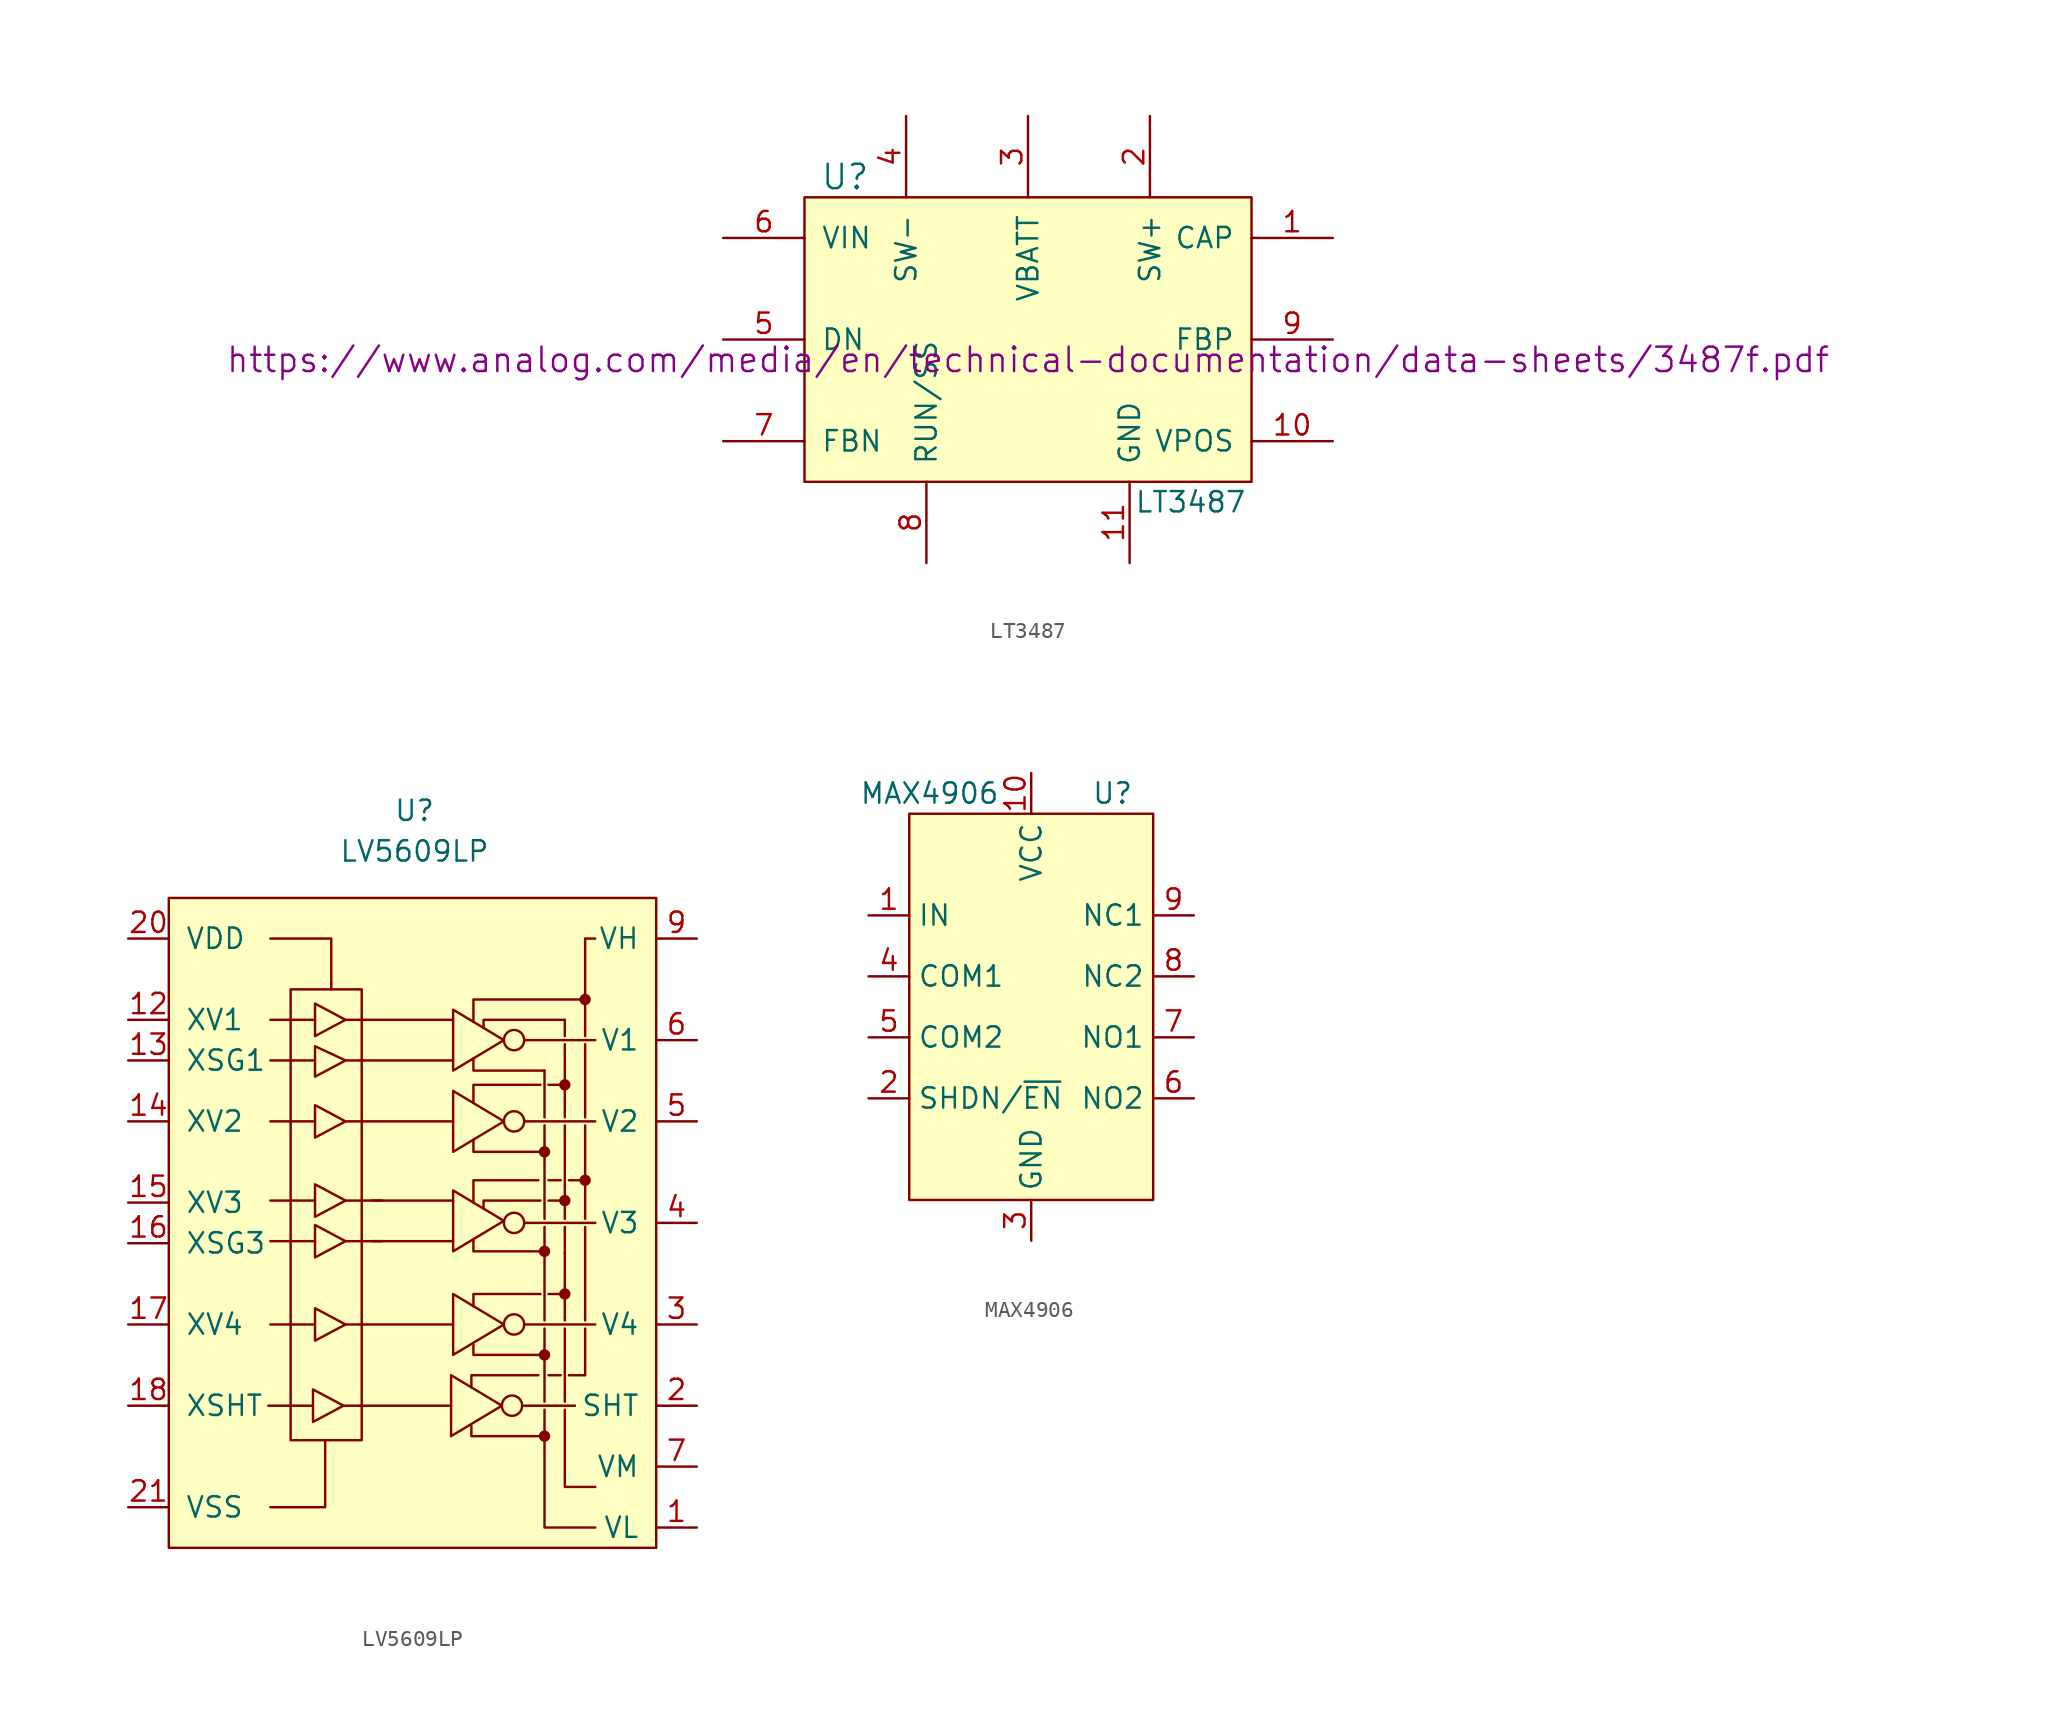
<source format=kicad_sym>
(kicad_symbol_lib
  (version 20231120)
  (generator "kicad_symbol_editor")
  (generator_version "8.0")
  (symbol "LT3487"
    (pin_names
      (offset 1.016))
    (property "Reference" "U"
      (at -11.43 10.16 0)
      (effects (font (size 1.524 1.524))))
    (property "Value" "LT3487"
      (at 10.16 -10.16 0)
      (effects (font (size 1.27 1.27))))
    (property "Footprint" ""
      (at 0 -1.27 0)
      (effects (font (size 1.524 1.524))))
    (property "Datasheet" "https://www.analog.com/media/en/technical-documentation/data-sheets/3487f.pdf"
      (at 0 -1.27 0)
      (effects (font (size 1.524 1.524))))
    (symbol "LT3487_0_1"
      (rectangle (start -13.97 8.89) (end 13.97 -8.89) (stroke (width 0) (type default)) (fill (type background))))
    (symbol "LT3487_1_1"
      (pin output line (at 19.05 6.35 180) (length 5.08) (name "CAP" (effects (font (size 1.27 1.27)))) (number "1" (effects (font (size 1.27 1.27)))))
      (pin power_out line (at 19.05 -6.35 180) (length 5.08) (name "VPOS" (effects (font (size 1.27 1.27)))) (number "10" (effects (font (size 1.27 1.27)))))
      (pin power_in line (at 6.35 -13.97 90) (length 5.08) (name "GND" (effects (font (size 1.27 1.27)))) (number "11" (effects (font (size 1.27 1.27)))))
      (pin input line (at 7.62 13.97 270) (length 5.08) (name "SW+" (effects (font (size 1.27 1.27)))) (number "2" (effects (font (size 1.27 1.27)))))
      (pin input line (at 0 13.97 270) (length 5.08) (name "VBATT" (effects (font (size 1.27 1.27)))) (number "3" (effects (font (size 1.27 1.27)))))
      (pin input line (at -7.62 13.97 270) (length 5.08) (name "SW-" (effects (font (size 1.27 1.27)))) (number "4" (effects (font (size 1.27 1.27)))))
      (pin input line (at -19.05 0 0) (length 5.08) (name "DN" (effects (font (size 1.27 1.27)))) (number "5" (effects (font (size 1.27 1.27)))))
      (pin power_in line (at -19.05 6.35 0) (length 5.08) (name "VIN" (effects (font (size 1.27 1.27)))) (number "6" (effects (font (size 1.27 1.27)))))
      (pin input line (at -19.05 -6.35 0) (length 5.08) (name "FBN" (effects (font (size 1.27 1.27)))) (number "7" (effects (font (size 1.27 1.27)))))
      (pin input line (at -6.35 -13.97 90) (length 5.08) (name "RUN/SS" (effects (font (size 1.27 1.27)))) (number "8" (effects (font (size 1.27 1.27)))))
      (pin input line (at 19.05 0 180) (length 5.08) (name "FBP" (effects (font (size 1.27 1.27)))) (number "9" (effects (font (size 1.27 1.27)))))))
  (symbol "LV5609LP"
    (pin_names
      (offset 1.016))
    (property "Reference" "U"
      (at 0.127 24.511 0)
      (effects (font (size 1.27 1.27))))
    (property "Value" "LV5609LP"
      (at 0.127 21.971 0)
      (effects (font (size 1.27 1.27))))
    (symbol "LV5609LP_0_1"
      (rectangle (start -15.24 19.05) (end 15.24 -21.59) (stroke (width 0) (type default)) (fill (type background)))
      (rectangle (start -7.62 13.335) (end -3.175 -14.859) (stroke (width 0) (type default)) (fill (type none)))
      (polyline (pts (xy -8.89 5.08) (xy -6.096 5.08)) (stroke (width 0) (type default)) (fill (type none)))
      (polyline (pts (xy -8.89 8.89) (xy -6.096 8.89)) (stroke (width 0) (type default)) (fill (type none)))
      (polyline (pts (xy -8.89 11.43) (xy -6.096 11.43)) (stroke (width 0) (type default)) (fill (type none)))
      (polyline (pts (xy -4.191 5.08) (xy 2.54 5.08)) (stroke (width 0) (type default)) (fill (type none)))
      (polyline (pts (xy -4.191 8.89) (xy 2.54 8.89)) (stroke (width 0) (type default)) (fill (type none)))
      (polyline (pts (xy -4.191 11.43) (xy 2.54 11.43)) (stroke (width 0) (type default)) (fill (type none)))
      (polyline (pts (xy 6.985 5.08) (xy 11.43 5.08)) (stroke (width 0) (type default)) (fill (type none)))
      (polyline (pts (xy 6.985 10.16) (xy 11.43 10.16)) (stroke (width 0) (type default)) (fill (type none)))
      (polyline (pts (xy 8.255 -12.446) (xy 8.255 -7.874)) (stroke (width 0) (type default)) (fill (type none)))
      (polyline (pts (xy 8.255 -1.524) (xy 8.255 -7.366)) (stroke (width 0) (type default)) (fill (type none)))
      (polyline (pts (xy 8.255 4.826) (xy 8.255 -1.016)) (stroke (width 0) (type default)) (fill (type none)))
      (polyline (pts (xy 8.255 8.255) (xy 8.255 5.334)) (stroke (width 0) (type default)) (fill (type none)))
      (polyline (pts (xy 8.509 1.397) (xy 9.271 1.397)) (stroke (width 0) (type default)) (fill (type none)))
      (polyline (pts (xy 9.271 -10.795) (xy 8.509 -10.795)) (stroke (width 0) (type default)) (fill (type none)))
      (polyline (pts (xy 9.525 -7.874) (xy 9.525 -12.446)) (stroke (width 0) (type default)) (fill (type none)))
      (polyline (pts (xy 9.525 -3.175) (xy 9.525 -7.366)) (stroke (width 0) (type default)) (fill (type none)))
      (polyline (pts (xy 9.525 -3.175) (xy 9.525 -3.175)) (stroke (width 0) (type default)) (fill (type none)))
      (polyline (pts (xy 9.525 0.254) (xy 9.525 4.826)) (stroke (width 0) (type default)) (fill (type none)))
      (polyline (pts (xy 9.525 5.334) (xy 9.525 9.906)) (stroke (width 0) (type default)) (fill (type none)))
      (polyline (pts (xy 9.525 7.366) (xy 8.509 7.366)) (stroke (width 0) (type default)) (fill (type none)))
      (polyline (pts (xy 9.525 11.43) (xy 9.525 10.414)) (stroke (width 0) (type default)) (fill (type none)))
      (polyline (pts (xy 9.779 1.397) (xy 10.795 1.397)) (stroke (width 0) (type default)) (fill (type none)))
      (polyline (pts (xy 10.795 -10.795) (xy 9.779 -10.795)) (stroke (width 0) (type default)) (fill (type none)))
      (polyline (pts (xy 10.795 -7.874) (xy 10.795 -10.795)) (stroke (width 0) (type default)) (fill (type none)))
      (polyline (pts (xy 10.795 -7.366) (xy 10.795 -1.524)) (stroke (width 0) (type default)) (fill (type none)))
      (polyline (pts (xy 10.795 5.334) (xy 10.795 9.906)) (stroke (width 0) (type default)) (fill (type none)))
      (polyline (pts (xy 10.795 10.414) (xy 10.795 12.7)) (stroke (width 0) (type default)) (fill (type none)))
      (polyline (pts (xy -8.89 -19.05) (xy -5.461 -19.05) (xy -5.461 -14.859)) (stroke (width 0) (type default)) (fill (type none)))
      (polyline (pts (xy -5.08 13.335) (xy -5.08 16.51) (xy -8.89 16.51)) (stroke (width 0) (type default)) (fill (type none)))
      (polyline (pts (xy 3.683 -13.97) (xy 3.683 -14.605) (xy 8.128 -14.605)) (stroke (width 0) (type default)) (fill (type none)))
      (polyline (pts (xy 3.81 -8.89) (xy 3.81 -9.525) (xy 8.255 -9.525)) (stroke (width 0) (type default)) (fill (type none)))
      (polyline (pts (xy 3.81 -2.286) (xy 3.81 -3.048) (xy 8.255 -3.048)) (stroke (width 0) (type default)) (fill (type none)))
      (polyline (pts (xy 3.81 0) (xy 3.81 1.397) (xy 7.874 1.397)) (stroke (width 0) (type default)) (fill (type none)))
      (polyline (pts (xy 3.81 3.937) (xy 3.81 3.175) (xy 8.255 3.175)) (stroke (width 0) (type default)) (fill (type none)))
      (polyline (pts (xy 3.81 6.223) (xy 3.81 7.366) (xy 8.001 7.366)) (stroke (width 0) (type default)) (fill (type none)))
      (polyline (pts (xy 3.81 9.017) (xy 3.81 8.255) (xy 8.255 8.255)) (stroke (width 0) (type default)) (fill (type none)))
      (polyline (pts (xy 3.81 11.303) (xy 3.81 12.7) (xy 10.795 12.7)) (stroke (width 0) (type default)) (fill (type none)))
      (polyline (pts (xy 4.445 -0.381) (xy 4.445 0.127) (xy 8.001 0.127)) (stroke (width 0) (type default)) (fill (type none)))
      (polyline (pts (xy 4.445 10.922) (xy 4.445 11.43) (xy 9.525 11.43)) (stroke (width 0) (type default)) (fill (type none)))
      (polyline (pts (xy 7.874 -10.795) (xy 3.683 -10.795) (xy 3.683 -11.557)) (stroke (width 0) (type default)) (fill (type none)))
      (polyline (pts (xy 8.001 -5.715) (xy 3.81 -5.715) (xy 3.81 -6.477)) (stroke (width 0) (type default)) (fill (type none)))
      (polyline (pts (xy 8.255 -12.954) (xy 8.255 -20.32) (xy 11.43 -20.32)) (stroke (width 0) (type default)) (fill (type none)))
      (polyline (pts (xy 8.509 0.127) (xy 9.525 0.127) (xy 9.525 -1.016)) (stroke (width 0) (type default)) (fill (type none)))
      (polyline (pts (xy 9.525 -12.954) (xy 9.525 -17.78) (xy 11.43 -17.78)) (stroke (width 0) (type default)) (fill (type none)))
      (polyline (pts (xy 9.525 -5.715) (xy 8.89 -5.715) (xy 8.509 -5.715)) (stroke (width 0) (type default)) (fill (type none)))
      (polyline (pts (xy -6.096 6.096) (xy -6.096 4.064) (xy -4.191 5.08) (xy -6.096 6.096)) (stroke (width 0) (type default)) (fill (type none)))
      (polyline (pts (xy -6.096 9.779) (xy -6.096 7.874) (xy -4.191 8.89) (xy -6.096 9.779)) (stroke (width 0) (type default)) (fill (type none)))
      (polyline (pts (xy -6.096 12.446) (xy -6.096 10.414) (xy -4.191 11.43) (xy -6.096 12.446)) (stroke (width 0) (type default)) (fill (type none)))
      (polyline (pts (xy 2.54 6.985) (xy 2.54 3.175) (xy 5.715 5.08) (xy 2.54 6.985)) (stroke (width 0) (type default)) (fill (type none)))
      (polyline (pts (xy 2.54 12.065) (xy 2.54 8.255) (xy 5.715 10.16) (xy 2.54 12.065)) (stroke (width 0) (type default)) (fill (type none)))
      (circle (center 6.35 5.08) (radius 0.635) (stroke (width 0) (type default)) (fill (type none)))
      (circle (center 6.35 10.16) (radius 0.635) (stroke (width 0) (type default)) (fill (type none)))
      (circle (center 8.255 -14.605) (radius 0.279) (stroke (width 0) (type default)) (fill (type outline)))
      (circle (center 8.255 -9.525) (radius 0.279) (stroke (width 0) (type default)) (fill (type outline)))
      (circle (center 8.255 3.175) (radius 0.279) (stroke (width 0) (type default)) (fill (type outline)))
      (circle (center 9.525 0.127) (radius 0.279) (stroke (width 0) (type default)) (fill (type outline)))
      (circle (center 9.525 7.366) (radius 0.279) (stroke (width 0) (type default)) (fill (type outline)))
      (circle (center 10.795 1.397) (radius 0.279) (stroke (width 0) (type default)) (fill (type outline)))
      (rectangle (start 10.795 12.7) (end 10.795 16.51) (stroke (width 0) (type default)) (fill (type none)))
      (rectangle (start 10.795 16.51) (end 11.43 16.51) (stroke (width 0) (type default)) (fill (type none))))
    (symbol "LV5609LP_1_1"
      (polyline (pts (xy -9.017 -12.7) (xy -6.223 -12.7)) (stroke (width 0) (type default)) (fill (type none)))
      (polyline (pts (xy -8.89 -7.62) (xy -6.096 -7.62)) (stroke (width 0) (type default)) (fill (type none)))
      (polyline (pts (xy -8.89 -2.413) (xy -6.096 -2.413)) (stroke (width 0) (type default)) (fill (type none)))
      (polyline (pts (xy -8.89 0.127) (xy -6.096 0.127)) (stroke (width 0) (type default)) (fill (type none)))
      (polyline (pts (xy -4.318 -12.7) (xy 2.413 -12.7)) (stroke (width 0) (type default)) (fill (type none)))
      (polyline (pts (xy -4.191 -7.62) (xy 2.54 -7.62)) (stroke (width 0) (type default)) (fill (type none)))
      (polyline (pts (xy -4.191 -2.413) (xy -1.905 -2.413)) (stroke (width 0) (type default)) (fill (type none)))
      (polyline (pts (xy -4.191 0.127) (xy -1.905 0.127)) (stroke (width 0) (type default)) (fill (type none)))
      (polyline (pts (xy -2.54 -2.413) (xy 2.54 -2.413)) (stroke (width 0) (type default)) (fill (type none)))
      (polyline (pts (xy -2.54 0.127) (xy 2.54 0.127)) (stroke (width 0) (type default)) (fill (type none)))
      (polyline (pts (xy 6.985 -12.7) (xy 10.16 -12.7)) (stroke (width 0) (type default)) (fill (type none)))
      (polyline (pts (xy 6.985 -7.62) (xy 11.43 -7.62)) (stroke (width 0) (type default)) (fill (type none)))
      (polyline (pts (xy 6.985 -1.27) (xy 11.43 -1.27)) (stroke (width 0) (type default)) (fill (type none)))
      (polyline (pts (xy 9.525 -3.175) (xy 9.525 -1.524)) (stroke (width 0) (type default)) (fill (type none)))
      (polyline (pts (xy 10.795 4.826) (xy 10.795 -1.016)) (stroke (width 0) (type default)) (fill (type none)))
      (polyline (pts (xy -6.223 -11.684) (xy -6.223 -13.716) (xy -4.318 -12.7) (xy -6.223 -11.684)) (stroke (width 0) (type default)) (fill (type none)))
      (polyline (pts (xy -6.096 -6.604) (xy -6.096 -8.636) (xy -4.191 -7.62) (xy -6.096 -6.604)) (stroke (width 0) (type default)) (fill (type none)))
      (polyline (pts (xy -6.096 -1.397) (xy -6.096 -3.429) (xy -4.191 -2.413) (xy -6.096 -1.397)) (stroke (width 0) (type default)) (fill (type none)))
      (polyline (pts (xy -6.096 1.143) (xy -6.096 -0.889) (xy -4.191 0.127) (xy -6.096 1.143)) (stroke (width 0) (type default)) (fill (type none)))
      (polyline (pts (xy 2.413 -10.795) (xy 2.413 -14.605) (xy 5.588 -12.7) (xy 2.413 -10.795)) (stroke (width 0) (type default)) (fill (type none)))
      (polyline (pts (xy 2.54 -5.715) (xy 2.54 -9.525) (xy 5.715 -7.62) (xy 2.54 -5.715)) (stroke (width 0) (type default)) (fill (type none)))
      (polyline (pts (xy 2.54 0.762) (xy 2.54 -3.048) (xy 5.715 -1.143) (xy 2.54 0.762)) (stroke (width 0) (type default)) (fill (type none)))
      (circle (center 6.223 -12.7) (radius 0.635) (stroke (width 0) (type default)) (fill (type none)))
      (circle (center 6.35 -7.62) (radius 0.635) (stroke (width 0) (type default)) (fill (type none)))
      (circle (center 6.35 -1.27) (radius 0.635) (stroke (width 0) (type default)) (fill (type none)))
      (circle (center 8.255 -3.048) (radius 0.279) (stroke (width 0) (type default)) (fill (type outline)))
      (circle (center 9.525 -5.715) (radius 0.279) (stroke (width 0) (type default)) (fill (type outline)))
      (circle (center 10.795 12.7) (radius 0.279) (stroke (width 0) (type default)) (fill (type outline)))
      (pin power_in line (at 17.78 -20.32 180) (length 2.54) (name "VL" (effects (font (size 1.27 1.27)))) (number "1" (effects (font (size 1.27 1.27)))))
      (pin input line (at -17.78 11.43 0) (length 2.54) (name "XV1" (effects (font (size 1.27 1.27)))) (number "12" (effects (font (size 1.27 1.27)))))
      (pin input line (at -17.78 8.89 0) (length 2.54) (name "XSG1" (effects (font (size 1.27 1.27)))) (number "13" (effects (font (size 1.27 1.27)))))
      (pin input line (at -17.78 5.08 0) (length 2.54) (name "XV2" (effects (font (size 1.27 1.27)))) (number "14" (effects (font (size 1.27 1.27)))))
      (pin input line (at -17.78 0 0) (length 2.54) (name "XV3" (effects (font (size 1.27 1.27)))) (number "15" (effects (font (size 1.27 1.27)))))
      (pin input line (at -17.78 -2.54 0) (length 2.54) (name "XSG3" (effects (font (size 1.27 1.27)))) (number "16" (effects (font (size 1.27 1.27)))))
      (pin input line (at -17.78 -7.62 0) (length 2.54) (name "XV4" (effects (font (size 1.27 1.27)))) (number "17" (effects (font (size 1.27 1.27)))))
      (pin input line (at -17.78 -12.7 0) (length 2.54) (name "XSHT" (effects (font (size 1.27 1.27)))) (number "18" (effects (font (size 1.27 1.27)))))
      (pin output line (at 17.78 -12.7 180) (length 2.54) (name "SHT" (effects (font (size 1.27 1.27)))) (number "2" (effects (font (size 1.27 1.27)))))
      (pin power_in line (at -17.78 16.51 0) (length 2.54) (name "VDD" (effects (font (size 1.27 1.27)))) (number "20" (effects (font (size 1.27 1.27)))))
      (pin power_in line (at -17.78 -19.05 0) (length 2.54) (name "VSS" (effects (font (size 1.27 1.27)))) (number "21" (effects (font (size 1.27 1.27)))))
      (pin output line (at 17.78 -7.62 180) (length 2.54) (name "V4" (effects (font (size 1.27 1.27)))) (number "3" (effects (font (size 1.27 1.27)))))
      (pin output line (at 17.78 -1.27 180) (length 2.54) (name "V3" (effects (font (size 1.27 1.27)))) (number "4" (effects (font (size 1.27 1.27)))))
      (pin output line (at 17.78 5.08 180) (length 2.54) (name "V2" (effects (font (size 1.27 1.27)))) (number "5" (effects (font (size 1.27 1.27)))))
      (pin output line (at 17.78 10.16 180) (length 2.54) (name "V1" (effects (font (size 1.27 1.27)))) (number "6" (effects (font (size 1.27 1.27)))))
      (pin power_in line (at 17.78 -16.51 180) (length 2.54) (name "VM" (effects (font (size 1.27 1.27)))) (number "7" (effects (font (size 1.27 1.27)))))
      (pin power_in line (at 17.78 16.51 180) (length 2.54) (name "VH" (effects (font (size 1.27 1.27)))) (number "9" (effects (font (size 1.27 1.27)))))))
  (symbol "MAX4906"
    (property "Reference" "U"
      (at 5.08 12.7 0)
      (effects (font (size 1.27 1.27))))
    (property "Value" "MAX4906"
      (at -6.35 12.7 0)
      (effects (font (size 1.27 1.27))))
    (symbol "MAX4906_0_1"
      (rectangle (start -7.62 11.43) (end 7.62 -12.7) (stroke (width 0) (type default)) (fill (type background))))
    (symbol "MAX4906_1_1"
      (pin input line (at -10.16 5.08 0) (length 2.54) (name "IN" (effects (font (size 1.27 1.27)))) (number "1" (effects (font (size 1.27 1.27)))))
      (pin power_in line (at 0 13.97 270) (length 2.54) (name "VCC" (effects (font (size 1.27 1.27)))) (number "10" (effects (font (size 1.27 1.27)))))
      (pin input line (at -10.16 -6.35 0) (length 2.54) (name "SHDN/~{EN}" (effects (font (size 1.27 1.27)))) (number "2" (effects (font (size 1.27 1.27)))))
      (pin power_in line (at 0 -15.24 90) (length 2.54) (name "GND" (effects (font (size 1.27 1.27)))) (number "3" (effects (font (size 1.27 1.27)))))
      (pin input line (at -10.16 1.27 0) (length 2.54) (name "COM1" (effects (font (size 1.27 1.27)))) (number "4" (effects (font (size 1.27 1.27)))))
      (pin input line (at -10.16 -2.54 0) (length 2.54) (name "COM2" (effects (font (size 1.27 1.27)))) (number "5" (effects (font (size 1.27 1.27)))))
      (pin output line (at 10.16 -6.35 180) (length 2.54) (name "NO2" (effects (font (size 1.27 1.27)))) (number "6" (effects (font (size 1.27 1.27)))))
      (pin output line (at 10.16 -2.54 180) (length 2.54) (name "NO1" (effects (font (size 1.27 1.27)))) (number "7" (effects (font (size 1.27 1.27)))))
      (pin output line (at 10.16 1.27 180) (length 2.54) (name "NC2" (effects (font (size 1.27 1.27)))) (number "8" (effects (font (size 1.27 1.27)))))
      (pin output line (at 10.16 5.08 180) (length 2.54) (name "NC1" (effects (font (size 1.27 1.27)))) (number "9" (effects (font (size 1.27 1.27))))))))
</source>
